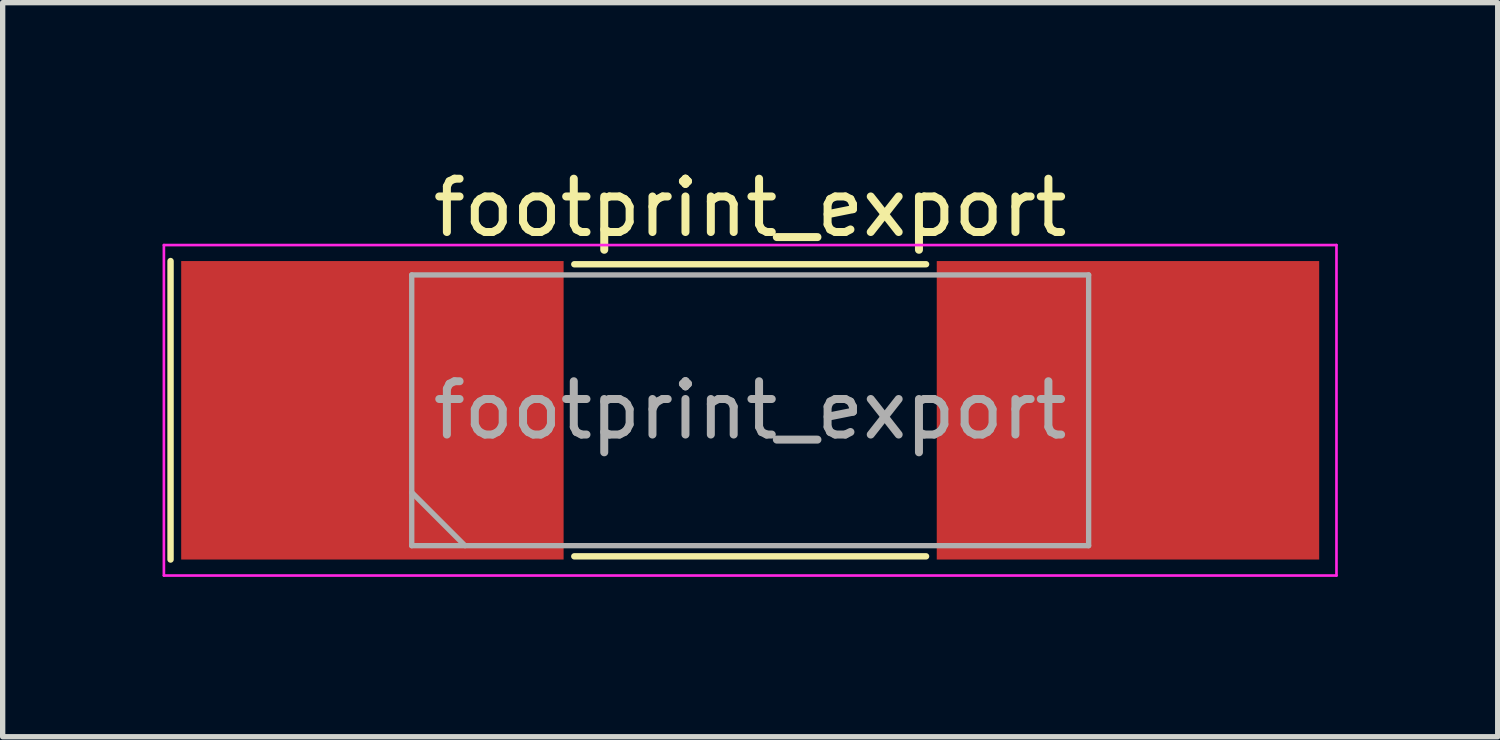
<source format=kicad_pcb>
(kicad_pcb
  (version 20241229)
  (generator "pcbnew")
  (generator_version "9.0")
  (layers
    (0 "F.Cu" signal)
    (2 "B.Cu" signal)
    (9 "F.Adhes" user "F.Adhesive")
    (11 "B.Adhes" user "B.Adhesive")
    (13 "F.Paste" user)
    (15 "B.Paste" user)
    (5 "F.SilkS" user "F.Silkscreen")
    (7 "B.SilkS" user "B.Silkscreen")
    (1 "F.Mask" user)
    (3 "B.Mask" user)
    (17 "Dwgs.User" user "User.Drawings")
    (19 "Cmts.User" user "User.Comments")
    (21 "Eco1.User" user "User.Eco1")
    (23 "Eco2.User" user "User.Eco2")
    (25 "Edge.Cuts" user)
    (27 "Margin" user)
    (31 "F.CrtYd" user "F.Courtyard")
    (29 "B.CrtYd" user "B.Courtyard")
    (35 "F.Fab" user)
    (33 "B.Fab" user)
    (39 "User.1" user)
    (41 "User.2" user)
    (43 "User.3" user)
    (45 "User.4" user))
  (footprint "footprint_export"
    (layer "F.Cu")
    (at 11.025 4.648)
    (property "Reference" "footprint_export" (at 0 -3.8 0) (layer "F.SilkS") (effects (font (size 1 1) (thickness 0.15))))
    (attr smd)
    (fp_line (start -10.875 -2.8) (end -10.875 2.8) (stroke (width 0.12) (type solid)) (layer "F.SilkS"))
    (fp_line (start -3.3 -2.74) (end 3.3 -2.74) (stroke (width 0.12) (type solid)) (layer "F.SilkS"))
    (fp_line (start -3.3 2.74) (end 3.3 2.74) (stroke (width 0.12) (type solid)) (layer "F.SilkS"))
    (fp_line (start -11 -3.1) (end -11 3.1) (stroke (width 0.05) (type solid)) (layer "F.CrtYd"))
    (fp_line (start -11 3.1) (end 11 3.1) (stroke (width 0.05) (type solid)) (layer "F.CrtYd"))
    (fp_line (start 11 -3.1) (end -11 -3.1) (stroke (width 0.05) (type solid)) (layer "F.CrtYd"))
    (fp_line (start 11 3.1) (end 11 -3.1) (stroke (width 0.05) (type solid)) (layer "F.CrtYd"))
    (fp_line (start -6.35 -2.54) (end -6.35 2.54) (stroke (width 0.1) (type solid)) (layer "F.Fab"))
    (fp_line (start -6.35 1.54) (end -5.35 2.54) (stroke (width 0.1) (type solid)) (layer "F.Fab"))
    (fp_line (start -6.35 2.54) (end 6.35 2.54) (stroke (width 0.1) (type solid)) (layer "F.Fab"))
    (fp_line (start 6.35 -2.54) (end -6.35 -2.54) (stroke (width 0.1) (type solid)) (layer "F.Fab"))
    (fp_line (start 6.35 2.54) (end 6.35 -2.54) (stroke (width 0.1) (type solid)) (layer "F.Fab"))
    (fp_text user "${REFERENCE}" (at 0 0 0) (layer "F.Fab") (effects (font (size 1 1) (thickness 0.15))))
    (pad "1" smd rect (at -7.088 0) (size 7.175 5.6) (layers "F.Cu" "F.Mask" "F.Paste"))
    (pad "2" smd rect (at 7.088 0) (size 7.175 5.6) (layers "F.Cu" "F.Mask" "F.Paste")))
  (gr_rect
    (start -3 -3)
    (end 25.05 10.773)
    (stroke (width 0.1) (type default))
    (fill no)
    (layer "Edge.Cuts")))
</source>
